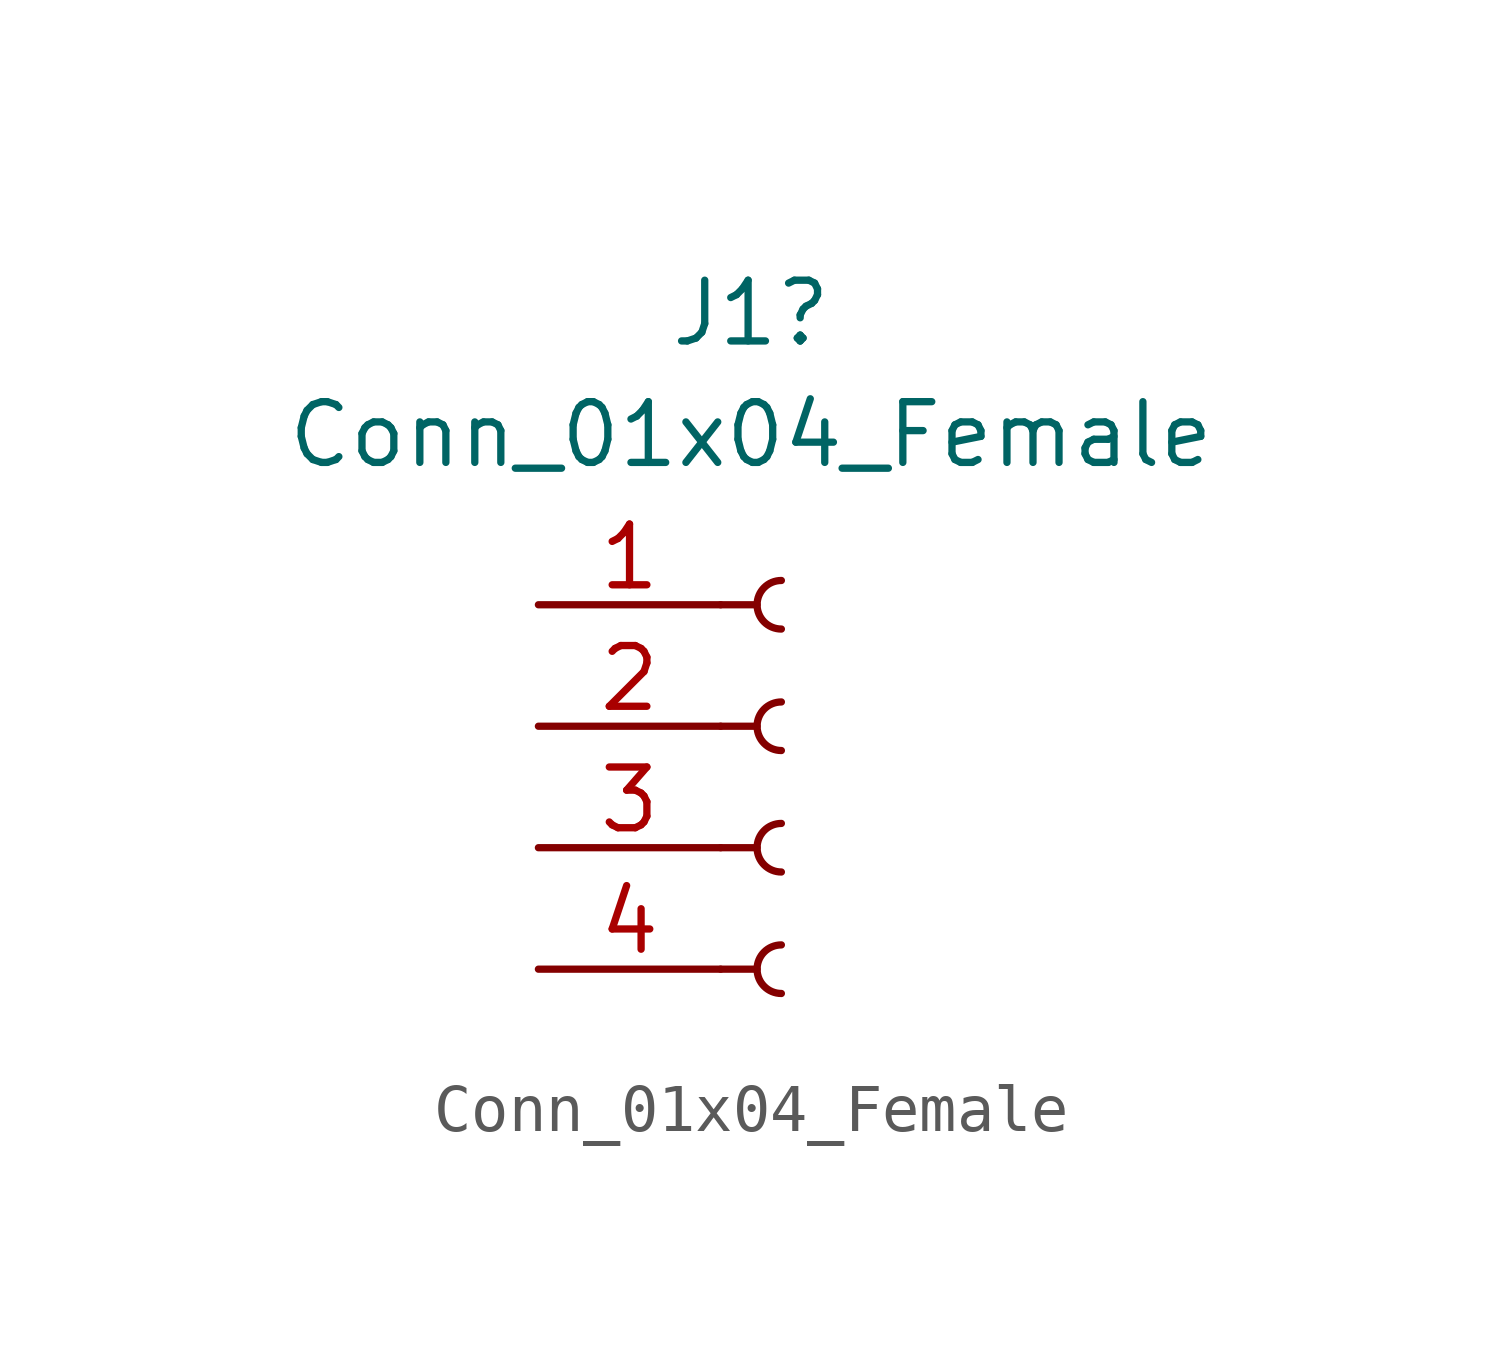
<source format=kicad_sym>
(kicad_symbol_lib
  (version 20211014)
  (generator kicad_symbol_editor)
  (symbol "Conn_01x04_Female"
    (pin_names
      (offset 1.016) hide)
    (property "Reference" "J1"
      (at -0.635 8.636 0)
      (effects (font (size 1.27 1.27))))
    (property "Value" "Conn_01x04_Female"
      (at -0.635 6.096 0)
      (effects (font (size 1.27 1.27))))
    (symbol "Conn_01x04_Female_1_1"
      (arc (start 0 -4.572) (mid -0.508 -5.08) (end 0 -5.588) (stroke (width 0.1524) (type default) (color 0 0 0 0)) (fill (type none)))
      (arc (start 0 -2.032) (mid -0.508 -2.54) (end 0 -3.048) (stroke (width 0.1524) (type default) (color 0 0 0 0)) (fill (type none)))
      (polyline (pts (xy -1.27 -5.08) (xy -0.508 -5.08)) (stroke (width 0.152) (type default) (color 0 0 0 0)) (fill (type none)))
      (polyline (pts (xy -1.27 -2.54) (xy -0.508 -2.54)) (stroke (width 0.152) (type default) (color 0 0 0 0)) (fill (type none)))
      (polyline (pts (xy -1.27 0) (xy -0.508 0)) (stroke (width 0.152) (type default) (color 0 0 0 0)) (fill (type none)))
      (polyline (pts (xy -1.27 2.54) (xy -0.508 2.54)) (stroke (width 0.152) (type default) (color 0 0 0 0)) (fill (type none)))
      (arc (start 0 0.508) (mid -0.508 0) (end 0 -0.508) (stroke (width 0.1524) (type default) (color 0 0 0 0)) (fill (type none)))
      (arc (start 0 3.048) (mid -0.508 2.54) (end 0 2.032) (stroke (width 0.1524) (type default) (color 0 0 0 0)) (fill (type none)))
      (pin power_out line (at -5.08 2.54 0) (length 3.81) (name "Pin_1" (effects (font (size 1.27 1.27)))) (number "1" (effects (font (size 1.27 1.27)))))
      (pin power_out line (at -5.08 0 0) (length 3.81) (name "Pin_2" (effects (font (size 1.27 1.27)))) (number "2" (effects (font (size 1.27 1.27)))))
      (pin power_out line (at -5.08 -2.54 0) (length 3.81) (name "Pin_3" (effects (font (size 1.27 1.27)))) (number "3" (effects (font (size 1.27 1.27)))))
      (pin power_out line (at -5.08 -5.08 0) (length 3.81) (name "Pin_4" (effects (font (size 1.27 1.27)))) (number "4" (effects (font (size 1.27 1.27))))))))
</source>
